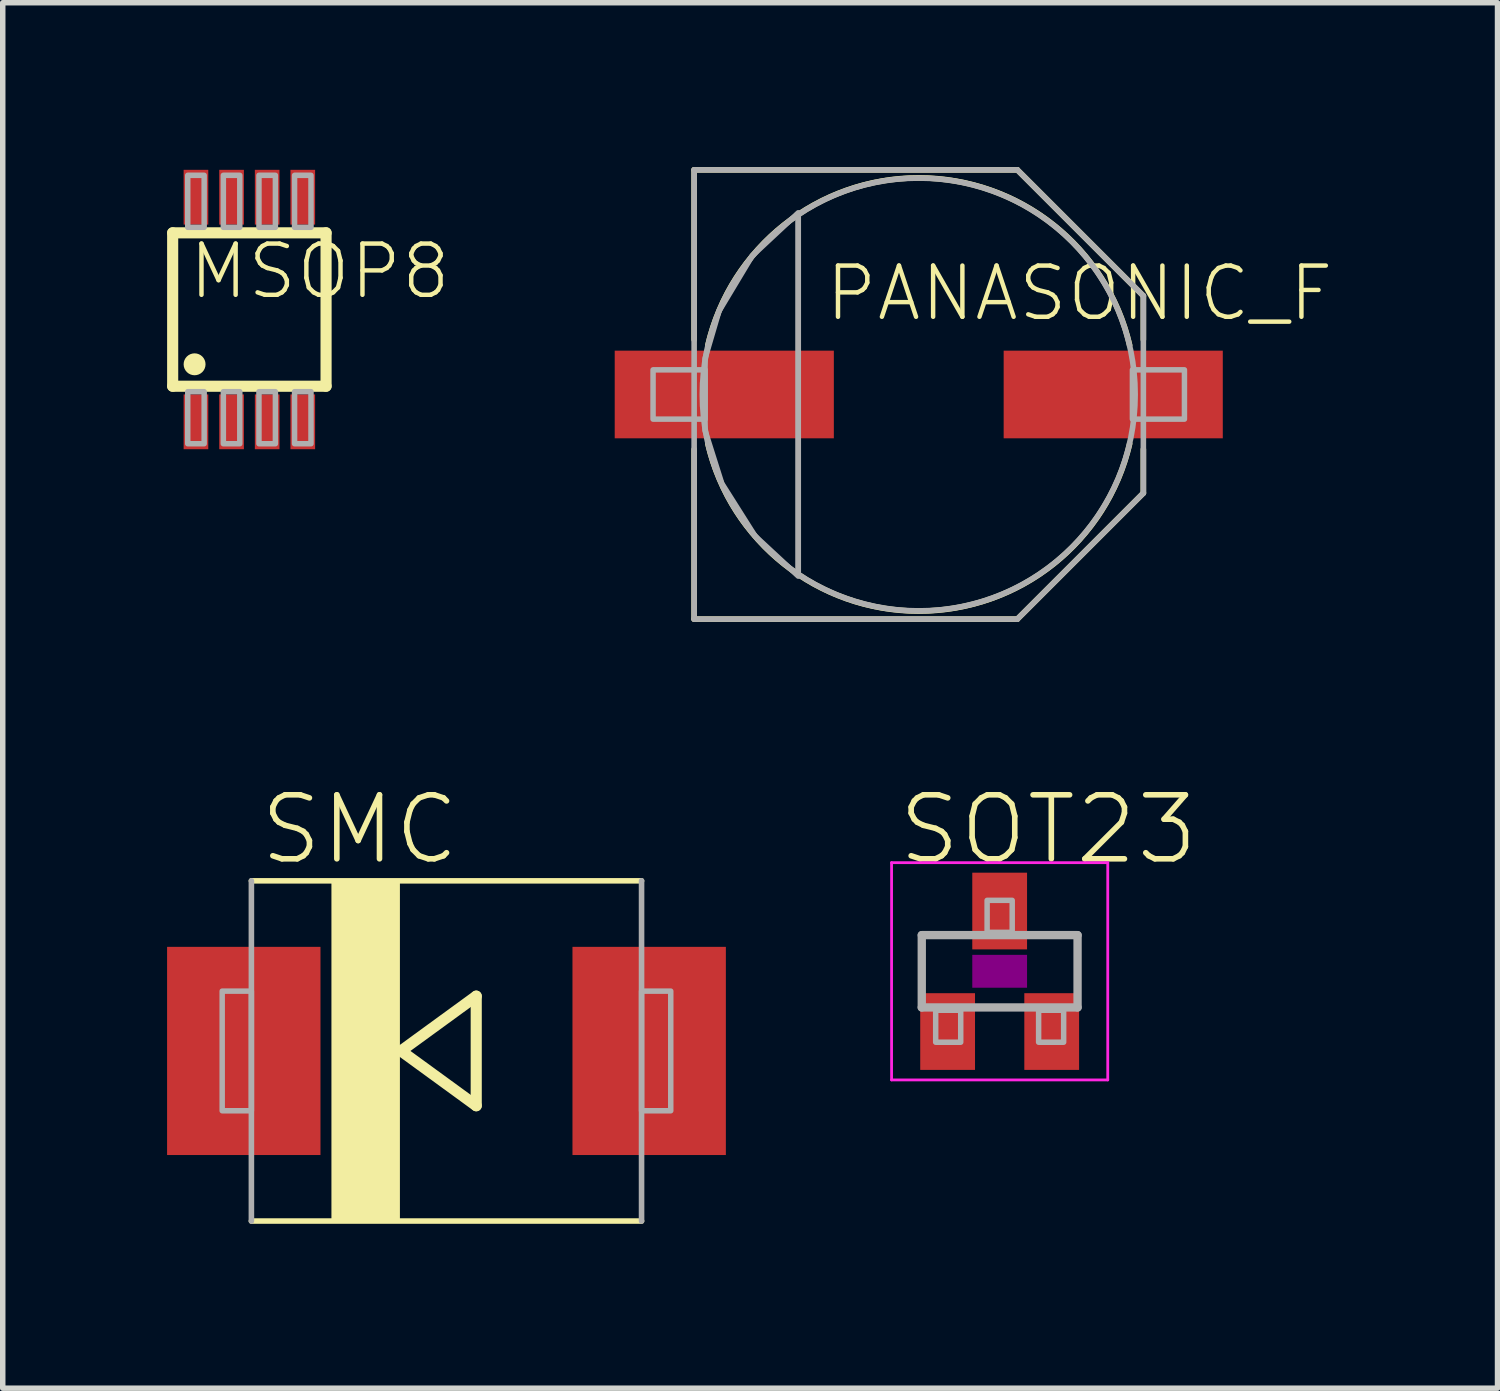
<source format=kicad_pcb>
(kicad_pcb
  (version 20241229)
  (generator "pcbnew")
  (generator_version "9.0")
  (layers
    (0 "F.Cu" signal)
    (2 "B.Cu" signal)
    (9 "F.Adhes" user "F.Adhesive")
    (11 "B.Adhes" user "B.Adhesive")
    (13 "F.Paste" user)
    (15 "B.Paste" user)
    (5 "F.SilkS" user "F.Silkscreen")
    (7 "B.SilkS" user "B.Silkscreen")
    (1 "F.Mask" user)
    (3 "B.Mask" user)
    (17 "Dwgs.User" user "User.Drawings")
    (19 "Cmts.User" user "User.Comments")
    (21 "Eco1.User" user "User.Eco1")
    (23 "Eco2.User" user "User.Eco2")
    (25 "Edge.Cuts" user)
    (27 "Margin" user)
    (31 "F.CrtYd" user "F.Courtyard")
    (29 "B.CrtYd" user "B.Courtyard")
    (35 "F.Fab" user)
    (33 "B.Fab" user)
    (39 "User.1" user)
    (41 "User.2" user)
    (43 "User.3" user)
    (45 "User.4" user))
  (footprint "PANASONIC_F"
    (layer "F.Cu")
    (at 13.721 4.151)
    (property "Reference" "PANASONIC_F" (at -1.75 -1.3 0) (layer "F.SilkS") (effects (font (size 0.935 0.935) (thickness 0.081)) (justify left bottom)))
    (fp_line (start -4.1 -4.1) (end 1.8 -4.1) (stroke (width 0.102) (type solid)) (layer "F.SilkS"))
    (fp_line (start -4.1 -1) (end -4.1 -4.1) (stroke (width 0.102) (type solid)) (layer "F.SilkS"))
    (fp_line (start -4.1 4.1) (end -4.1 1) (stroke (width 0.102) (type solid)) (layer "F.SilkS"))
    (fp_line (start 1.8 -4.1) (end 4.1 -1.8) (stroke (width 0.102) (type solid)) (layer "F.SilkS"))
    (fp_line (start 1.8 4.1) (end -4.1 4.1) (stroke (width 0.102) (type solid)) (layer "F.SilkS"))
    (fp_line (start 4.1 -1.8) (end 4.1 -1) (stroke (width 0.102) (type solid)) (layer "F.SilkS"))
    (fp_line (start 4.1 1) (end 4.1 1.8) (stroke (width 0.102) (type solid)) (layer "F.SilkS"))
    (fp_line (start 4.1 1.8) (end 1.8 4.1) (stroke (width 0.102) (type solid)) (layer "F.SilkS"))
    (fp_arc (start -3.85 -0.9) (mid 0 -3.953796) (end 3.85 -0.9) (stroke (width 0.1016) (type solid)) (layer "F.SilkS"))
    (fp_arc (start 3.85 0.9) (mid 0 3.953796) (end -3.85 0.9) (stroke (width 0.1016) (type solid)) (layer "F.SilkS"))
    (fp_line (start -4.1 -4.1) (end 1.8 -4.1) (stroke (width 0.102) (type solid)) (layer "F.Fab"))
    (fp_line (start -4.1 4.1) (end -4.1 -4.1) (stroke (width 0.102) (type solid)) (layer "F.Fab"))
    (fp_line (start -2.2 -3.25) (end -2.2 3.25) (stroke (width 0.102) (type solid)) (layer "F.Fab"))
    (fp_line (start 1.8 -4.1) (end 4.1 -1.8) (stroke (width 0.102) (type solid)) (layer "F.Fab"))
    (fp_line (start 1.8 4.1) (end -4.1 4.1) (stroke (width 0.102) (type solid)) (layer "F.Fab"))
    (fp_line (start 4.1 -1.8) (end 4.1 1.8) (stroke (width 0.102) (type solid)) (layer "F.Fab"))
    (fp_line (start 4.1 1.8) (end 1.8 4.1) (stroke (width 0.102) (type solid)) (layer "F.Fab"))
    (fp_circle (center 0 0) (end 3.95 0) (stroke (width 0.102) (type solid)) (fill no) (layer "F.Fab"))
    (fp_circle (center 0 0) (end 4 0) (stroke (width 0.001) (type solid)) (fill no) (layer "F.Fab"))
    (fp_poly (pts (xy -4.85 0.45) (xy -3.9 0.45) (xy -3.9 -0.45) (xy -4.85 -0.45)) (stroke (width 0.1) (type default)) (fill no) (layer "F.Fab"))
    (fp_poly (pts (xy 3.9 0.45) (xy 4.85 0.45) (xy 4.85 -0.45) (xy 3.9 -0.45)) (stroke (width 0.1) (type default)) (fill no) (layer "F.Fab"))
    (fp_poly (pts (xy -2.199 3.316) (xy -2.989 2.583) (xy -3.596 1.622) (xy -3.901 0.658) (xy -3.901 -0.657) (xy -3.647 -1.521) (xy -3.04 -2.532) (xy -2.199 -3.317)) (stroke (width 0.1) (type default)) (fill no) (layer "F.Fab"))
    (pad "+" smd rect (at 3.55 0) (size 4 1.6) (layers "F.Cu" "F.Mask" "F.Paste"))
    (pad "-" smd rect (at -3.55 0) (size 4 1.6) (layers "F.Cu" "F.Mask" "F.Paste")))
  (footprint "SOT23"
    (layer "F.Cu")
    (at 15.198 14.68)
    (property "Reference" "SOT23" (at -1.905 -1.905 0) (layer "F.SilkS") (effects (font (size 1.168 1.168) (thickness 0.102)) (justify left bottom)))
    (fp_poly (pts (xy -0.5 0.3) (xy 0.5 0.3) (xy 0.5 -0.3) (xy -0.5 -0.3)) (stroke (width 0) (type default)) (fill yes) (layer "F.Adhes"))
    (fp_line (start -1.973 -1.983) (end 1.973 -1.983) (stroke (width 0.051) (type solid)) (layer "F.CrtYd"))
    (fp_line (start -1.973 1.983) (end -1.973 -1.983) (stroke (width 0.051) (type solid)) (layer "F.CrtYd"))
    (fp_line (start 1.973 -1.983) (end 1.973 1.983) (stroke (width 0.051) (type solid)) (layer "F.CrtYd"))
    (fp_line (start 1.973 1.983) (end -1.973 1.983) (stroke (width 0.051) (type solid)) (layer "F.CrtYd"))
    (fp_line (start -1.422 -0.66) (end 1.422 -0.66) (stroke (width 0.152) (type solid)) (layer "F.Fab"))
    (fp_line (start -1.422 0.66) (end -1.422 -0.66) (stroke (width 0.152) (type solid)) (layer "F.Fab"))
    (fp_line (start 1.422 -0.66) (end 1.422 0.66) (stroke (width 0.152) (type solid)) (layer "F.Fab"))
    (fp_line (start 1.422 0.66) (end -1.422 0.66) (stroke (width 0.152) (type solid)) (layer "F.Fab"))
    (fp_poly (pts (xy -1.168 1.295) (xy -0.711 1.295) (xy -0.711 0.711) (xy -1.168 0.711)) (stroke (width 0.1) (type default)) (fill no) (layer "F.Fab"))
    (fp_poly (pts (xy -0.229 -0.711) (xy 0.229 -0.711) (xy 0.229 -1.295) (xy -0.229 -1.295)) (stroke (width 0.1) (type default)) (fill no) (layer "F.Fab"))
    (fp_poly (pts (xy 0.711 1.295) (xy 1.168 1.295) (xy 1.168 0.711) (xy 0.711 0.711)) (stroke (width 0.1) (type default)) (fill no) (layer "F.Fab"))
    (pad "1" smd rect (at -0.95 1.1) (size 1 1.4) (layers "F.Cu" "F.Mask" "F.Paste"))
    (pad "2" smd rect (at 0.95 1.1) (size 1 1.4) (layers "F.Cu" "F.Mask" "F.Paste"))
    (pad "3" smd rect (at 0 -1.1) (size 1 1.4) (layers "F.Cu" "F.Mask" "F.Paste")))
  (footprint "MSOP8"
    (layer "F.Cu")
    (at 1.502 2.6)
    (property "Reference" "MSOP8" (at -1.15 -0.15 0) (layer "F.SilkS") (effects (font (size 0.935 0.935) (thickness 0.081)) (justify left bottom)))
    (fp_poly (pts (xy -1.225 -1.5) (xy -0.725 -1.5) (xy -0.725 -2.6) (xy -1.225 -2.6)) (stroke (width 0) (type default)) (fill yes) (layer "F.Mask"))
    (fp_poly (pts (xy -1.225 2.6) (xy -0.725 2.6) (xy -0.725 1.5) (xy -1.225 1.5)) (stroke (width 0) (type default)) (fill yes) (layer "F.Mask"))
    (fp_poly (pts (xy -0.575 -1.5) (xy -0.075 -1.5) (xy -0.075 -2.6) (xy -0.575 -2.6)) (stroke (width 0) (type default)) (fill yes) (layer "F.Mask"))
    (fp_poly (pts (xy -0.575 2.6) (xy -0.075 2.6) (xy -0.075 1.5) (xy -0.575 1.5)) (stroke (width 0) (type default)) (fill yes) (layer "F.Mask"))
    (fp_poly (pts (xy 0.075 -1.5) (xy 0.575 -1.5) (xy 0.575 -2.6) (xy 0.075 -2.6)) (stroke (width 0) (type default)) (fill yes) (layer "F.Mask"))
    (fp_poly (pts (xy 0.075 2.6) (xy 0.575 2.6) (xy 0.575 1.5) (xy 0.075 1.5)) (stroke (width 0) (type default)) (fill yes) (layer "F.Mask"))
    (fp_poly (pts (xy 0.725 -1.5) (xy 1.225 -1.5) (xy 1.225 -2.6) (xy 0.725 -2.6)) (stroke (width 0) (type default)) (fill yes) (layer "F.Mask"))
    (fp_poly (pts (xy 0.725 2.6) (xy 1.225 2.6) (xy 1.225 1.5) (xy 0.725 1.5)) (stroke (width 0) (type default)) (fill yes) (layer "F.Mask"))
    (fp_line (start -1.4 -1.4) (end 1.4 -1.4) (stroke (width 0.203) (type solid)) (layer "F.SilkS"))
    (fp_line (start -1.4 1.4) (end -1.4 -1.4) (stroke (width 0.203) (type solid)) (layer "F.SilkS"))
    (fp_line (start 1.4 -1.4) (end 1.4 1.4) (stroke (width 0.203) (type solid)) (layer "F.SilkS"))
    (fp_line (start 1.4 1.4) (end -1.4 1.4) (stroke (width 0.203) (type solid)) (layer "F.SilkS"))
    (fp_circle (center -1 1) (end -0.9 1) (stroke (width 0.2) (type solid)) (fill yes) (layer "F.SilkS"))
    (fp_poly (pts (xy -1.125 2.45) (xy -0.825 2.45) (xy -0.825 1.5) (xy -1.125 1.5)) (stroke (width 0.1) (type default)) (fill no) (layer "F.Fab"))
    (fp_poly (pts (xy -1.125 -1.5) (xy -0.825 -1.5) (xy -0.825 -2.45) (xy -1.125 -2.45)) (stroke (width 0.1) (type default)) (fill no) (layer "F.Fab"))
    (fp_poly (pts (xy -0.475 -1.5) (xy -0.175 -1.5) (xy -0.175 -2.45) (xy -0.475 -2.45)) (stroke (width 0.1) (type default)) (fill no) (layer "F.Fab"))
    (fp_poly (pts (xy -0.475 2.45) (xy -0.175 2.45) (xy -0.175 1.5) (xy -0.475 1.5)) (stroke (width 0.1) (type default)) (fill no) (layer "F.Fab"))
    (fp_poly (pts (xy 0.175 -1.5) (xy 0.475 -1.5) (xy 0.475 -2.45) (xy 0.175 -2.45)) (stroke (width 0.1) (type default)) (fill no) (layer "F.Fab"))
    (fp_poly (pts (xy 0.175 2.45) (xy 0.475 2.45) (xy 0.475 1.5) (xy 0.175 1.5)) (stroke (width 0.1) (type default)) (fill no) (layer "F.Fab"))
    (fp_poly (pts (xy 0.825 2.45) (xy 1.125 2.45) (xy 1.125 1.5) (xy 0.825 1.5)) (stroke (width 0.1) (type default)) (fill no) (layer "F.Fab"))
    (fp_poly (pts (xy 0.825 -1.5) (xy 1.125 -1.5) (xy 1.125 -2.45) (xy 0.825 -2.45)) (stroke (width 0.1) (type default)) (fill no) (layer "F.Fab"))
    (pad "1" smd rect (at -0.975 2.05) (size 0.45 1) (layers "F.Cu" "F.Paste"))
    (pad "2" smd rect (at -0.325 2.05) (size 0.45 1) (layers "F.Cu" "F.Paste"))
    (pad "3" smd rect (at 0.325 2.05) (size 0.45 1) (layers "F.Cu" "F.Paste"))
    (pad "4" smd rect (at 0.975 2.05) (size 0.45 1) (layers "F.Cu" "F.Paste"))
    (pad "5" smd rect (at 0.975 -2.05) (size 0.45 1) (layers "F.Cu" "F.Paste"))
    (pad "6" smd rect (at 0.325 -2.05) (size 0.45 1) (layers "F.Cu" "F.Paste"))
    (pad "7" smd rect (at -0.325 -2.05) (size 0.45 1) (layers "F.Cu" "F.Paste"))
    (pad "8" smd rect (at -0.975 -2.05) (size 0.45 1) (layers "F.Cu" "F.Paste")))
  (footprint "SMC"
    (layer "F.Cu")
    (at 5.1 16.134)
    (property "Reference" "SMC" (at -3.459 -3.359 0) (layer "F.SilkS") (effects (font (size 1.168 1.168) (thickness 0.102)) (justify left bottom)))
    (fp_line (start -3.561 -3.105) (end 3.561 -3.105) (stroke (width 0.102) (type solid)) (layer "F.SilkS"))
    (fp_line (start -3.561 3.105) (end 3.561 3.105) (stroke (width 0.102) (type solid)) (layer "F.SilkS"))
    (fp_line (start -0.83 0) (end 0.543 1) (stroke (width 0.203) (type solid)) (layer "F.SilkS"))
    (fp_line (start 0.543 -1) (end -0.83 0) (stroke (width 0.203) (type solid)) (layer "F.SilkS"))
    (fp_line (start 0.543 1) (end 0.543 -1) (stroke (width 0.203) (type solid)) (layer "F.SilkS"))
    (fp_poly (pts (xy -2.1 3.1) (xy -0.85 3.1) (xy -0.85 -3.1) (xy -2.1 -3.1)) (stroke (width 0) (type default)) (fill yes) (layer "F.SilkS"))
    (fp_line (start -3.561 3.105) (end -3.561 -3.105) (stroke (width 0.102) (type solid)) (layer "F.Fab"))
    (fp_line (start 3.561 3.105) (end 3.561 -3.105) (stroke (width 0.102) (type solid)) (layer "F.Fab"))
    (fp_poly (pts (xy -4.094 1.092) (xy -3.561 1.092) (xy -3.561 -1.092) (xy -4.094 -1.092)) (stroke (width 0.1) (type default)) (fill no) (layer "F.Fab"))
    (fp_poly (pts (xy 3.561 1.092) (xy 4.094 1.092) (xy 4.094 -1.092) (xy 3.561 -1.092)) (stroke (width 0.1) (type default)) (fill no) (layer "F.Fab"))
    (pad "A" smd rect (at 3.7 0) (size 2.8 3.8) (layers "F.Cu" "F.Mask" "F.Paste"))
    (pad "C" smd rect (at -3.7 0) (size 2.8 3.8) (layers "F.Cu" "F.Mask" "F.Paste")))
  (gr_rect
    (start -3 -3)
    (end 24.286 22.29)
    (stroke (width 0.1) (type default))
    (fill no)
    (layer "Edge.Cuts")))
</source>
